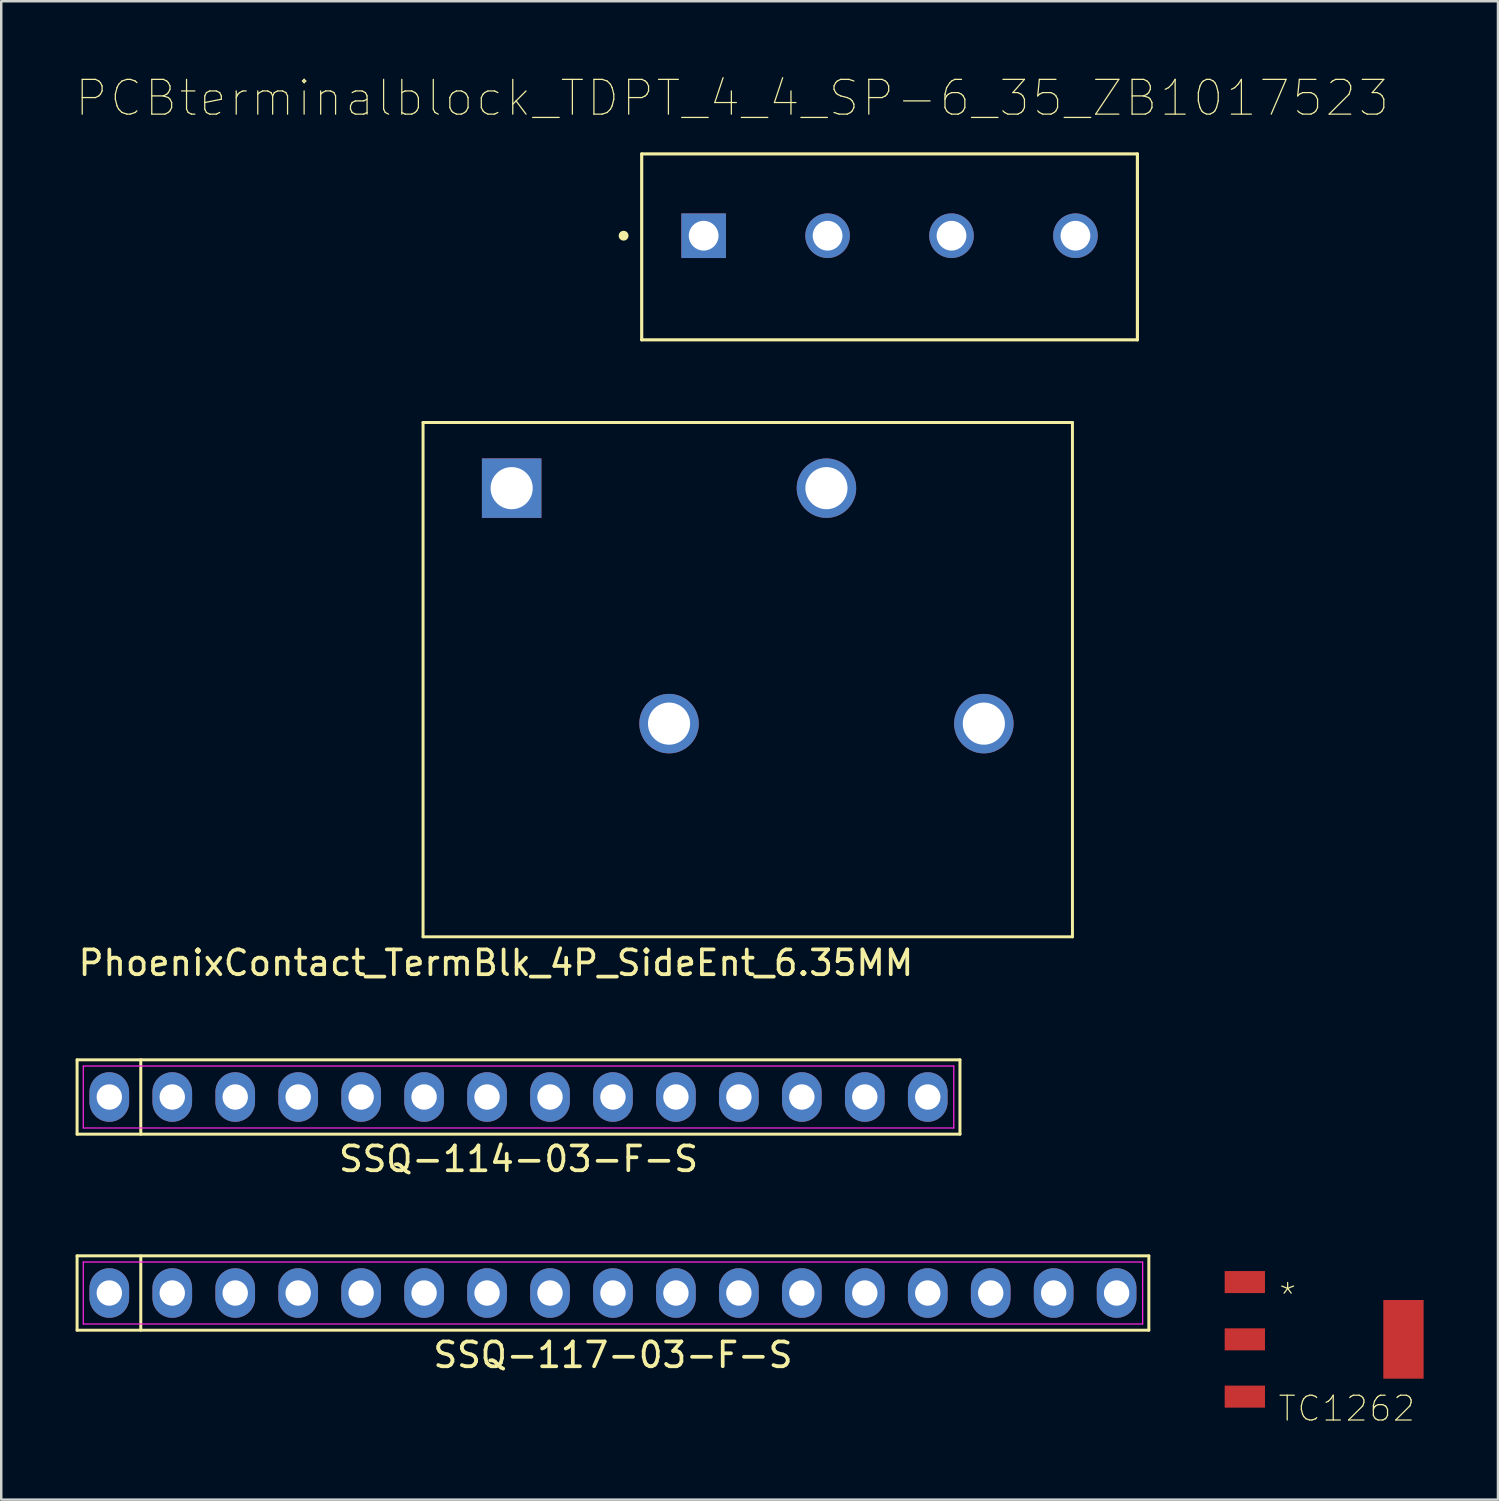
<source format=kicad_pcb>
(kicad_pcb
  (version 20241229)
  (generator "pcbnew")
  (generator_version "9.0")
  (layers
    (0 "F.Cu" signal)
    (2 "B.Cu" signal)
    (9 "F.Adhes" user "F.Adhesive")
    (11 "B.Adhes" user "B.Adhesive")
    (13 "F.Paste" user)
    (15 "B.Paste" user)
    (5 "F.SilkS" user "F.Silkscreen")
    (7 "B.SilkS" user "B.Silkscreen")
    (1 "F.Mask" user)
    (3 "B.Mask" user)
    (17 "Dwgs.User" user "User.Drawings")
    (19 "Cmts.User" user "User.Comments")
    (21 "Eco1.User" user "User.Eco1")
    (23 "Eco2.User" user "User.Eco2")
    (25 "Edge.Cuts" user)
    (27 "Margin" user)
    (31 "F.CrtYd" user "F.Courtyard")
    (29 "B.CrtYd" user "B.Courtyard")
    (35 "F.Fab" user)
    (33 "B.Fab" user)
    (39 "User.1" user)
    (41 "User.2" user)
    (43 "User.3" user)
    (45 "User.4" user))
  (footprint "PCBterminalblock_TDPT_4_4_SP-6_35_ZB1017523"
    (layer "F.Cu")
    (at 25.339 6.46)
    (property "Reference" "PCBterminalblock_TDPT_4_4_SP-6_35_ZB1017523" (at 1.151 -5.552 0) (layer "F.SilkS") (effects (font (size 1.403 1.403) (thickness 0.05))))
    (attr through_hole)
    (fp_line (start -2.5 -3.3) (end -2.5 4.2) (stroke (width 0.127) (type solid)) (layer "F.SilkS"))
    (fp_line (start -2.5 4.2) (end 17.5 4.2) (stroke (width 0.127) (type solid)) (layer "F.SilkS"))
    (fp_line (start 17.5 -3.3) (end -2.5 -3.3) (stroke (width 0.127) (type solid)) (layer "F.SilkS"))
    (fp_line (start 17.5 4.2) (end 17.5 -3.3) (stroke (width 0.127) (type solid)) (layer "F.SilkS"))
    (fp_circle (center -3.23 0) (end -3.13 0) (stroke (width 0.2) (type solid)) (fill no) (layer "F.SilkS"))
    (fp_line (start -2.75 -3.55) (end 17.75 -3.55) (stroke (width 0.05) (type solid)) (layer "Eco1.User"))
    (fp_line (start -2.75 4.45) (end -2.75 -3.55) (stroke (width 0.05) (type solid)) (layer "Eco1.User"))
    (fp_line (start 17.75 -3.55) (end 17.75 4.45) (stroke (width 0.05) (type solid)) (layer "Eco1.User"))
    (fp_line (start 17.75 4.45) (end -2.75 4.45) (stroke (width 0.05) (type solid)) (layer "Eco1.User"))
    (fp_line (start -2.5 -3.3) (end -2.5 4.2) (stroke (width 0.127) (type solid)) (layer "Eco2.User"))
    (fp_line (start -2.5 4.2) (end 17.5 4.2) (stroke (width 0.127) (type solid)) (layer "Eco2.User"))
    (fp_line (start 17.5 -3.3) (end -2.5 -3.3) (stroke (width 0.127) (type solid)) (layer "Eco2.User"))
    (fp_line (start 17.5 4.2) (end 17.5 -3.3) (stroke (width 0.127) (type solid)) (layer "Eco2.User"))
    (fp_circle (center -1.39 0) (end -1.29 0) (stroke (width 0.2) (type solid)) (fill no) (layer "Eco2.User"))
    (pad "1" thru_hole rect (at 0 0 180) (size 1.8 1.8) (drill 1.2) (layers "*.Cu" "*.Mask"))
    (pad "2" thru_hole circle (at 5 0 180) (size 1.8 1.8) (drill 1.2) (layers "*.Cu" "*.Mask"))
    (pad "3" thru_hole circle (at 10 0 180) (size 1.8 1.8) (drill 1.2) (layers "*.Cu" "*.Mask"))
    (pad "4" thru_hole circle (at 15 0 180) (size 1.8 1.8) (drill 1.2) (layers "*.Cu" "*.Mask")))
  (footprint "SSQ-114-03-F-S"
    (layer "F.Cu")
    (at 17.87 41.209)
    (property "Reference" "SSQ-114-03-F-S" (at 0 2.5 0) (layer "F.SilkS") (effects (font (size 1 1) (thickness 0.15))))
    (attr through_hole)
    (fp_line (start -17.81 -1.5) (end 17.81 -1.5) (stroke (width 0.12) (type solid)) (layer "F.SilkS"))
    (fp_line (start -17.81 1.5) (end -17.81 -1.5) (stroke (width 0.12) (type solid)) (layer "F.SilkS"))
    (fp_line (start -15.24 -1.5) (end -15.24 1.5) (stroke (width 0.12) (type solid)) (layer "F.SilkS"))
    (fp_line (start 17.81 -1.5) (end 17.81 1.5) (stroke (width 0.12) (type solid)) (layer "F.SilkS"))
    (fp_line (start 17.81 1.5) (end -17.81 1.5) (stroke (width 0.12) (type solid)) (layer "F.SilkS"))
    (fp_line (start -17.56 -1.25) (end 17.56 -1.25) (stroke (width 0.05) (type solid)) (layer "F.CrtYd"))
    (fp_line (start -17.56 1.25) (end -17.56 -1.25) (stroke (width 0.05) (type solid)) (layer "F.CrtYd"))
    (fp_line (start 17.56 -1.25) (end 17.56 1.25) (stroke (width 0.05) (type solid)) (layer "F.CrtYd"))
    (fp_line (start 17.56 1.25) (end -17.56 1.25) (stroke (width 0.05) (type solid)) (layer "F.CrtYd"))
    (pad "1" thru_hole oval (at -16.51 0) (size 1.6 2) (drill 1.025) (layers "*.Cu" "*.Mask"))
    (pad "2" thru_hole oval (at -13.97 0) (size 1.6 2) (drill 1.025) (layers "*.Cu" "*.Mask"))
    (pad "3" thru_hole oval (at -11.43 0) (size 1.6 2) (drill 1.025) (layers "*.Cu" "*.Mask"))
    (pad "4" thru_hole oval (at -8.89 0) (size 1.6 2) (drill 1.025) (layers "*.Cu" "*.Mask"))
    (pad "5" thru_hole oval (at -6.35 0) (size 1.6 2) (drill 1.025) (layers "*.Cu" "*.Mask"))
    (pad "6" thru_hole oval (at -3.81 0) (size 1.6 2) (drill 1.025) (layers "*.Cu" "*.Mask"))
    (pad "7" thru_hole oval (at -1.27 0) (size 1.6 2) (drill 1.025) (layers "*.Cu" "*.Mask"))
    (pad "8" thru_hole oval (at 1.27 0) (size 1.6 2) (drill 1.025) (layers "*.Cu" "*.Mask"))
    (pad "9" thru_hole oval (at 3.81 0) (size 1.6 2) (drill 1.025) (layers "*.Cu" "*.Mask"))
    (pad "10" thru_hole oval (at 6.35 0) (size 1.6 2) (drill 1.025) (layers "*.Cu" "*.Mask"))
    (pad "11" thru_hole oval (at 8.89 0) (size 1.6 2) (drill 1.025) (layers "*.Cu" "*.Mask"))
    (pad "12" thru_hole oval (at 11.43 0) (size 1.6 2) (drill 1.025) (layers "*.Cu" "*.Mask"))
    (pad "13" thru_hole oval (at 13.97 0) (size 1.6 2) (drill 1.025) (layers "*.Cu" "*.Mask"))
    (pad "14" thru_hole oval (at 16.51 0) (size 1.6 2) (drill 1.025) (layers "*.Cu" "*.Mask")))
  (footprint "SSQ-117-03-F-S"
    (layer "F.Cu")
    (at 21.68 49.117)
    (property "Reference" "SSQ-117-03-F-S" (at 0 2.5 0) (layer "F.SilkS") (effects (font (size 1 1) (thickness 0.15))))
    (attr through_hole)
    (fp_line (start -21.62 -1.5) (end 21.62 -1.5) (stroke (width 0.12) (type solid)) (layer "F.SilkS"))
    (fp_line (start -21.62 1.5) (end -21.62 -1.5) (stroke (width 0.12) (type solid)) (layer "F.SilkS"))
    (fp_line (start -19.05 -1.5) (end -19.05 1.5) (stroke (width 0.12) (type solid)) (layer "F.SilkS"))
    (fp_line (start 21.62 -1.5) (end 21.62 1.5) (stroke (width 0.12) (type solid)) (layer "F.SilkS"))
    (fp_line (start 21.62 1.5) (end -21.62 1.5) (stroke (width 0.12) (type solid)) (layer "F.SilkS"))
    (fp_line (start -21.37 -1.25) (end 21.37 -1.25) (stroke (width 0.05) (type solid)) (layer "F.CrtYd"))
    (fp_line (start -21.37 1.25) (end -21.37 -1.25) (stroke (width 0.05) (type solid)) (layer "F.CrtYd"))
    (fp_line (start 21.37 -1.25) (end 21.37 1.25) (stroke (width 0.05) (type solid)) (layer "F.CrtYd"))
    (fp_line (start 21.37 1.25) (end -21.37 1.25) (stroke (width 0.05) (type solid)) (layer "F.CrtYd"))
    (pad "1" thru_hole oval (at -20.32 0) (size 1.6 2) (drill 1.025) (layers "*.Cu" "*.Mask"))
    (pad "2" thru_hole oval (at -17.78 0) (size 1.6 2) (drill 1.025) (layers "*.Cu" "*.Mask"))
    (pad "3" thru_hole oval (at -15.24 0) (size 1.6 2) (drill 1.025) (layers "*.Cu" "*.Mask"))
    (pad "4" thru_hole oval (at -12.7 0) (size 1.6 2) (drill 1.025) (layers "*.Cu" "*.Mask"))
    (pad "5" thru_hole oval (at -10.16 0) (size 1.6 2) (drill 1.025) (layers "*.Cu" "*.Mask"))
    (pad "6" thru_hole oval (at -7.62 0) (size 1.6 2) (drill 1.025) (layers "*.Cu" "*.Mask"))
    (pad "7" thru_hole oval (at -5.08 0) (size 1.6 2) (drill 1.025) (layers "*.Cu" "*.Mask"))
    (pad "8" thru_hole oval (at -2.54 0) (size 1.6 2) (drill 1.025) (layers "*.Cu" "*.Mask"))
    (pad "9" thru_hole oval (at 0 0) (size 1.6 2) (drill 1.025) (layers "*.Cu" "*.Mask"))
    (pad "10" thru_hole oval (at 2.54 0) (size 1.6 2) (drill 1.025) (layers "*.Cu" "*.Mask"))
    (pad "11" thru_hole oval (at 5.08 0) (size 1.6 2) (drill 1.025) (layers "*.Cu" "*.Mask"))
    (pad "12" thru_hole oval (at 7.62 0) (size 1.6 2) (drill 1.025) (layers "*.Cu" "*.Mask"))
    (pad "13" thru_hole oval (at 10.16 0) (size 1.6 2) (drill 1.025) (layers "*.Cu" "*.Mask"))
    (pad "14" thru_hole oval (at 12.7 0) (size 1.6 2) (drill 1.025) (layers "*.Cu" "*.Mask"))
    (pad "15" thru_hole oval (at 15.24 0) (size 1.6 2) (drill 1.025) (layers "*.Cu" "*.Mask"))
    (pad "16" thru_hole oval (at 17.78 0) (size 1.6 2) (drill 1.025) (layers "*.Cu" "*.Mask"))
    (pad "17" thru_hole oval (at 20.32 0) (size 1.6 2) (drill 1.025) (layers "*.Cu" "*.Mask")))
  (footprint "PhoenixContact_TermBlk_4P_SideEnt_6.35MM"
    (layer "F.Cu")
    (at 27.118 24.37)
    (property "Reference" "PhoenixContact_TermBlk_4P_SideEnt_6.35MM" (at -10.16 11.43 0) (layer "F.SilkS") (effects (font (size 1 1) (thickness 0.15))))
    (attr through_hole)
    (fp_line (start -13.1 -10.375) (end -13.1 10.375) (stroke (width 0.12) (type solid)) (layer "F.SilkS"))
    (fp_line (start -13.1 10.375) (end 13.1 10.375) (stroke (width 0.12) (type solid)) (layer "F.SilkS"))
    (fp_line (start 13.1 -10.375) (end -13.1 -10.375) (stroke (width 0.12) (type solid)) (layer "F.SilkS"))
    (fp_line (start 13.1 -10.375) (end 13.1 10.375) (stroke (width 0.12) (type solid)) (layer "F.SilkS"))
    (pad "1" thru_hole rect (at -9.525 -7.725) (size 2.4 2.4) (drill 1.7) (layers "*.Cu" "*.Mask"))
    (pad "2" thru_hole circle (at -3.175 1.775) (size 2.4 2.4) (drill 1.7) (layers "*.Cu" "*.Mask"))
    (pad "3" thru_hole circle (at 3.175 -7.725) (size 2.4 2.4) (drill 1.7) (layers "*.Cu" "*.Mask"))
    (pad "4" thru_hole circle (at 9.525 1.775) (size 2.4 2.4) (drill 1.7) (layers "*.Cu" "*.Mask")))
  (footprint "TC1262"
    (layer "F.Cu")
    (at 50.373 50.986)
    (property "Reference" "TC1262" (at 0.914 2.794 0) (layer "F.SilkS") (effects (font (size 1 1) (thickness 0.05))))
    (attr smd)
    (fp_line (start -3.658 -2.743) (end -3.658 -1.88) (stroke (width 0.152) (type solid)) (layer "Eco2.User"))
    (fp_line (start -3.658 -1.88) (end -1.854 -1.88) (stroke (width 0.152) (type solid)) (layer "Eco2.User"))
    (fp_line (start -3.658 -0.432) (end -3.658 0.432) (stroke (width 0.152) (type solid)) (layer "Eco2.User"))
    (fp_line (start -3.658 0.432) (end -1.854 0.432) (stroke (width 0.152) (type solid)) (layer "Eco2.User"))
    (fp_line (start -3.658 1.88) (end -3.658 2.743) (stroke (width 0.152) (type solid)) (layer "Eco2.User"))
    (fp_line (start -3.658 2.743) (end -1.854 2.743) (stroke (width 0.152) (type solid)) (layer "Eco2.User"))
    (fp_line (start -1.854 -3.353) (end -1.854 3.353) (stroke (width 0.152) (type solid)) (layer "Eco2.User"))
    (fp_line (start -1.854 -2.743) (end -3.658 -2.743) (stroke (width 0.152) (type solid)) (layer "Eco2.User"))
    (fp_line (start -1.854 -1.88) (end -1.854 -2.743) (stroke (width 0.152) (type solid)) (layer "Eco2.User"))
    (fp_line (start -1.854 -0.432) (end -3.658 -0.432) (stroke (width 0.152) (type solid)) (layer "Eco2.User"))
    (fp_line (start -1.854 0.432) (end -1.854 -0.432) (stroke (width 0.152) (type solid)) (layer "Eco2.User"))
    (fp_line (start -1.854 1.88) (end -3.658 1.88) (stroke (width 0.152) (type solid)) (layer "Eco2.User"))
    (fp_line (start -1.854 2.743) (end -1.854 1.88) (stroke (width 0.152) (type solid)) (layer "Eco2.User"))
    (fp_line (start -1.854 3.353) (end 1.854 3.353) (stroke (width 0.152) (type solid)) (layer "Eco2.User"))
    (fp_line (start 1.854 -3.353) (end -1.854 -3.353) (stroke (width 0.152) (type solid)) (layer "Eco2.User"))
    (fp_line (start 1.854 -1.575) (end 1.854 1.575) (stroke (width 0.152) (type solid)) (layer "Eco2.User"))
    (fp_line (start 1.854 1.575) (end 3.658 1.575) (stroke (width 0.152) (type solid)) (layer "Eco2.User"))
    (fp_line (start 1.854 3.353) (end 1.854 -3.353) (stroke (width 0.152) (type solid)) (layer "Eco2.User"))
    (fp_line (start 3.658 -1.6) (end 1.854 -1.575) (stroke (width 0.152) (type solid)) (layer "Eco2.User"))
    (fp_line (start 3.658 1.575) (end 3.658 -1.6) (stroke (width 0.152) (type solid)) (layer "Eco2.User"))
    (fp_text user "*" (at -1.473 -1.753 0) (layer "F.SilkS") (effects (font (size 1 1) (thickness 0.05))))
    (fp_text user "*" (at -1.473 -1.753 0) (layer "Edge.Cuts") (effects (font (size 1 1) (thickness 0.05))))
    (pad "1" smd rect (at -3.2 -2.311) (size 1.626 0.889) (layers "F.Cu" "F.Mask" "F.Paste"))
    (pad "2" smd rect (at -3.2 0) (size 1.626 0.889) (layers "F.Cu" "F.Mask" "F.Paste"))
    (pad "3" smd rect (at -3.2 2.311) (size 1.626 0.889) (layers "F.Cu" "F.Mask" "F.Paste"))
    (pad "4" smd rect (at 3.2 0) (size 1.626 3.175) (layers "F.Cu" "F.Mask" "F.Paste")))
  (gr_rect
    (start -3 -3)
    (end 57.386 57.453)
    (stroke (width 0.1) (type default))
    (fill no)
    (layer "Edge.Cuts")))
</source>
